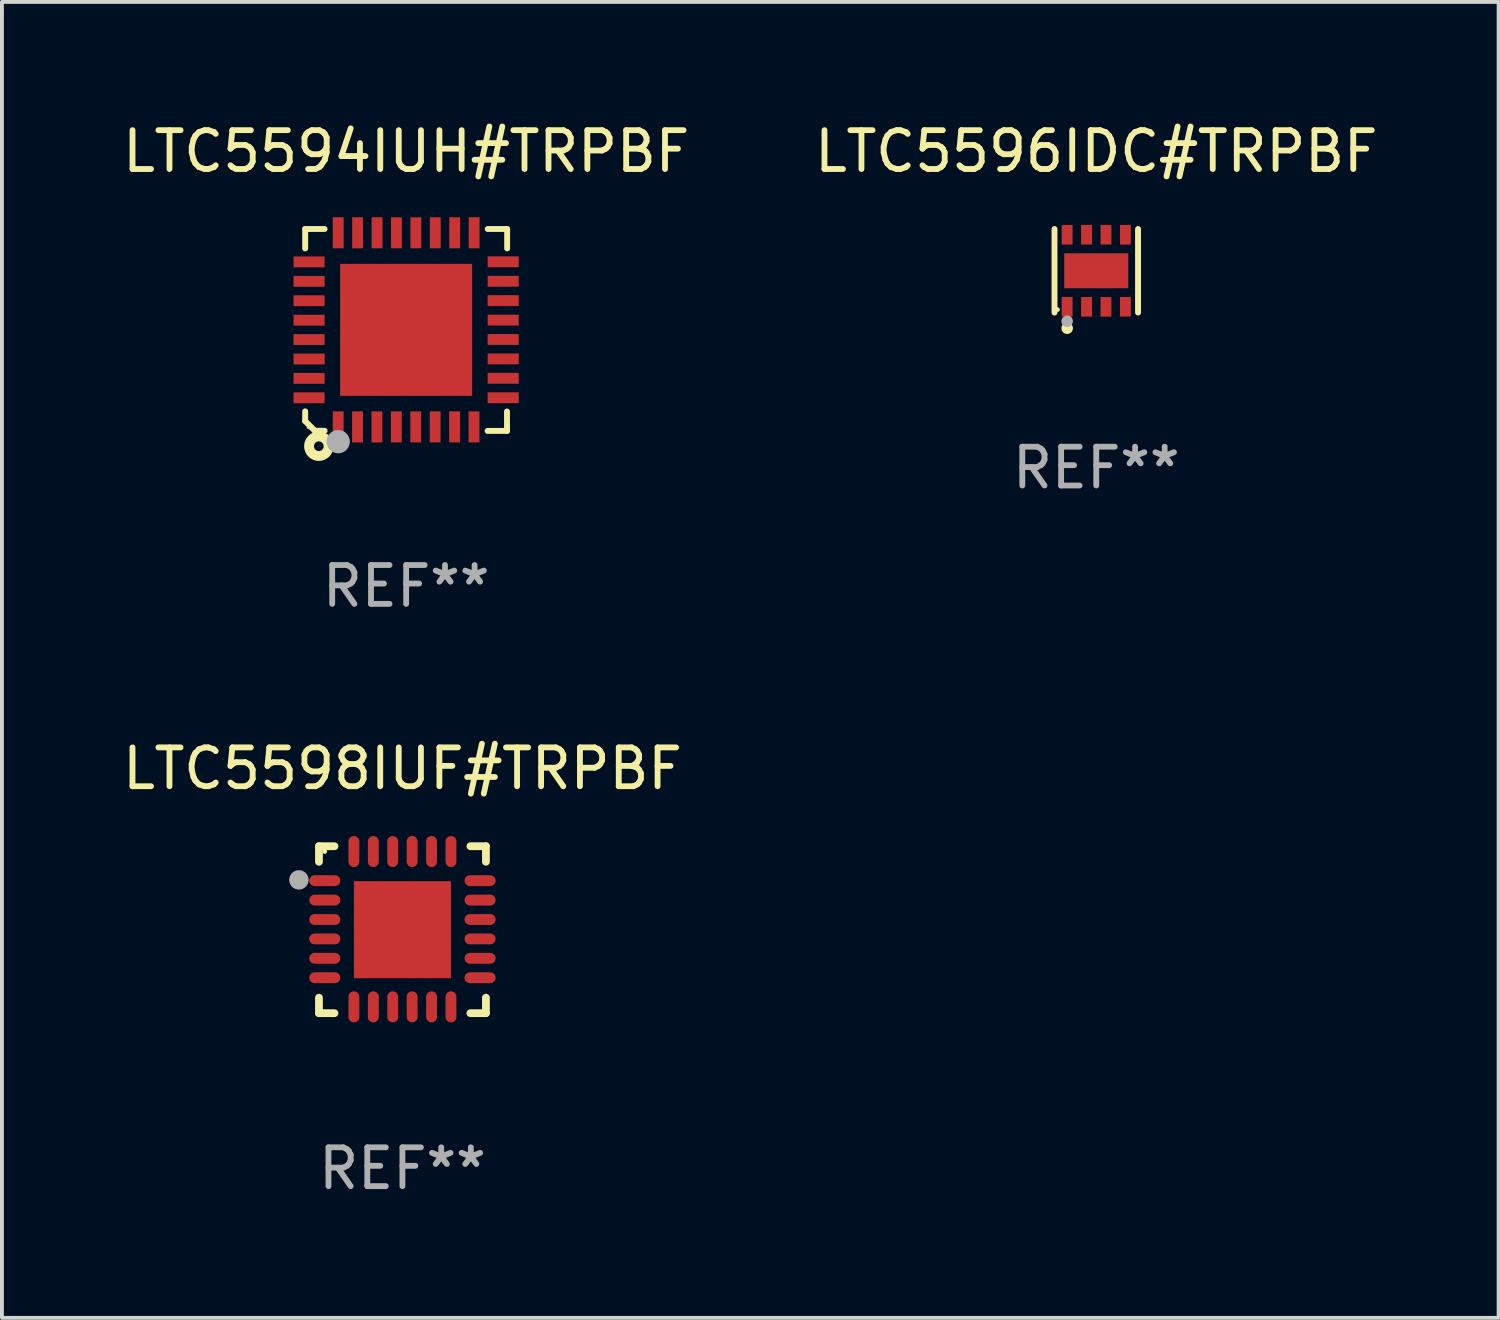
<source format=kicad_pcb>
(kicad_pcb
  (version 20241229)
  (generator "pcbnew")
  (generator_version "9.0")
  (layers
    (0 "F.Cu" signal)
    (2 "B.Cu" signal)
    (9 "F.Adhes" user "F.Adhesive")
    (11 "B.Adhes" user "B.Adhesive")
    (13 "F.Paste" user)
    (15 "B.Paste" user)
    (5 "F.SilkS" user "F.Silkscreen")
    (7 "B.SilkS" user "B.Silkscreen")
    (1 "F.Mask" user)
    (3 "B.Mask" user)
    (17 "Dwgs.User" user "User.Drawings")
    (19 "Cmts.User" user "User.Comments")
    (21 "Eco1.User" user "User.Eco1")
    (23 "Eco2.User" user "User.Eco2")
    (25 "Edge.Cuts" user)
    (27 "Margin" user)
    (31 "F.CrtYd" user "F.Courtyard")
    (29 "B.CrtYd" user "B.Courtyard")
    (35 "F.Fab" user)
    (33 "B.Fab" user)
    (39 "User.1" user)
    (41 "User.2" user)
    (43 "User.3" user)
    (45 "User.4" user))
  (footprint "LTC5594IUH#TRPBF"
    (layer "F.Cu")
    (at 7.411 5.448)
    (property "Reference" "LTC5594IUH#TRPBF" (at 0 -4.6 0) (layer "F.SilkS") (effects (font (size 1 1) (thickness 0.15))))
    (attr through_hole)
    (fp_line (start -2.601 2.097) (end -2.601 2.347) (stroke (width 0.152) (type solid)) (layer "F.SilkS"))
    (fp_line (start -2.601 2.347) (end -2.351 2.597) (stroke (width 0.152) (type solid)) (layer "F.SilkS"))
    (fp_line (start -2.601 -2.6) (end -2.601 -2.1) (stroke (width 0.152) (type solid)) (layer "F.SilkS"))
    (fp_line (start -2.601 -2.6) (end -2.101 -2.6) (stroke (width 0.152) (type solid)) (layer "F.SilkS"))
    (fp_line (start -2.351 2.597) (end -2.101 2.597) (stroke (width 0.152) (type solid)) (layer "F.SilkS"))
    (fp_line (start 2.597 2.6) (end 2.097 2.6) (stroke (width 0.152) (type solid)) (layer "F.SilkS"))
    (fp_line (start 2.597 2.6) (end 2.597 2.1) (stroke (width 0.152) (type solid)) (layer "F.SilkS"))
    (fp_line (start 2.601 -2.6) (end 2.101 -2.6) (stroke (width 0.152) (type solid)) (layer "F.SilkS"))
    (fp_line (start 2.601 -2.6) (end 2.601 -2.1) (stroke (width 0.152) (type solid)) (layer "F.SilkS"))
    (fp_circle (center -2.501 2.497) (end -2.471 2.497) (stroke (width 0.06) (type solid)) (fill no) (layer "F.SilkS"))
    (fp_circle (center -2.25 2.995) (end -2.125 2.995) (stroke (width 0.254) (type solid)) (fill no) (layer "F.SilkS"))
    (fp_circle (center -1.751 2.878) (end -1.601 2.878) (stroke (width 0.3) (type solid)) (fill no) (layer "F.Fab"))
    (fp_text user "REF**" (at 0 6.6 0) (layer "F.Fab") (effects (font (size 1 1) (thickness 0.15))))
    (pad "1" smd rect (at -1.751 2.497) (size 0.28 0.8) (layers "F.Cu" "F.Mask" "F.Paste"))
    (pad "2" smd rect (at -1.253 2.497) (size 0.28 0.8) (layers "F.Cu" "F.Mask" "F.Paste"))
    (pad "3" smd rect (at -0.753 2.497) (size 0.28 0.8) (layers "F.Cu" "F.Mask" "F.Paste"))
    (pad "4" smd rect (at -0.253 2.497) (size 0.28 0.8) (layers "F.Cu" "F.Mask" "F.Paste"))
    (pad "5" smd rect (at 0.247 2.497) (size 0.28 0.8) (layers "F.Cu" "F.Mask" "F.Paste"))
    (pad "6" smd rect (at 0.747 2.497) (size 0.28 0.8) (layers "F.Cu" "F.Mask" "F.Paste"))
    (pad "7" smd rect (at 1.247 2.497) (size 0.28 0.8) (layers "F.Cu" "F.Mask" "F.Paste"))
    (pad "8" smd rect (at 1.747 2.497) (size 0.28 0.8) (layers "F.Cu" "F.Mask" "F.Paste"))
    (pad "9" smd rect (at 2.499 1.746) (size 0.8 0.28) (layers "F.Cu" "F.Mask" "F.Paste"))
    (pad "10" smd rect (at 2.499 1.245) (size 0.8 0.28) (layers "F.Cu" "F.Mask" "F.Paste"))
    (pad "11" smd rect (at 2.499 0.746) (size 0.8 0.28) (layers "F.Cu" "F.Mask" "F.Paste"))
    (pad "12" smd rect (at 2.499 0.245) (size 0.8 0.28) (layers "F.Cu" "F.Mask" "F.Paste"))
    (pad "13" smd rect (at 2.499 -0.254) (size 0.8 0.28) (layers "F.Cu" "F.Mask" "F.Paste"))
    (pad "14" smd rect (at 2.499 -0.755) (size 0.8 0.28) (layers "F.Cu" "F.Mask" "F.Paste"))
    (pad "15" smd rect (at 2.499 -1.254) (size 0.8 0.28) (layers "F.Cu" "F.Mask" "F.Paste"))
    (pad "16" smd rect (at 2.499 -1.755) (size 0.8 0.28) (layers "F.Cu" "F.Mask" "F.Paste"))
    (pad "17" smd rect (at 1.75 -2.502) (size 0.28 0.8) (layers "F.Cu" "F.Mask" "F.Paste"))
    (pad "18" smd rect (at 1.25 -2.502) (size 0.28 0.8) (layers "F.Cu" "F.Mask" "F.Paste"))
    (pad "19" smd rect (at 0.75 -2.502) (size 0.28 0.8) (layers "F.Cu" "F.Mask" "F.Paste"))
    (pad "20" smd rect (at 0.25 -2.502) (size 0.28 0.8) (layers "F.Cu" "F.Mask" "F.Paste"))
    (pad "21" smd rect (at -0.25 -2.502) (size 0.28 0.8) (layers "F.Cu" "F.Mask" "F.Paste"))
    (pad "22" smd rect (at -0.75 -2.502) (size 0.28 0.8) (layers "F.Cu" "F.Mask" "F.Paste"))
    (pad "23" smd rect (at -1.25 -2.502) (size 0.28 0.8) (layers "F.Cu" "F.Mask" "F.Paste"))
    (pad "24" smd rect (at -1.75 -2.502) (size 0.28 0.8) (layers "F.Cu" "F.Mask" "F.Paste"))
    (pad "25" smd rect (at -2.501 -1.753) (size 0.8 0.28) (layers "F.Cu" "F.Mask" "F.Paste"))
    (pad "26" smd rect (at -2.501 -1.252) (size 0.8 0.28) (layers "F.Cu" "F.Mask" "F.Paste"))
    (pad "27" smd rect (at -2.501 -0.753) (size 0.8 0.28) (layers "F.Cu" "F.Mask" "F.Paste"))
    (pad "28" smd rect (at -2.501 -0.252) (size 0.8 0.28) (layers "F.Cu" "F.Mask" "F.Paste"))
    (pad "29" smd rect (at -2.501 0.247) (size 0.8 0.28) (layers "F.Cu" "F.Mask" "F.Paste"))
    (pad "30" smd rect (at -2.501 0.748) (size 0.8 0.28) (layers "F.Cu" "F.Mask" "F.Paste"))
    (pad "31" smd rect (at -2.501 1.247) (size 0.8 0.28) (layers "F.Cu" "F.Mask" "F.Paste"))
    (pad "32" smd rect (at -2.501 1.748) (size 0.8 0.28) (layers "F.Cu" "F.Mask" "F.Paste"))
    (pad "33" smd rect (at -0.001 -0.003 180) (size 3.4 3.4) (layers "F.Cu" "F.Mask" "F.Paste")))
  (footprint "LTC5598IUF#TRPBF"
    (layer "F.Cu")
    (at 7.315 20.895)
    (property "Reference" "LTC5598IUF#TRPBF" (at 0 -4.15 0) (layer "F.SilkS") (effects (font (size 1 1) (thickness 0.15))))
    (attr through_hole)
    (fp_line (start -2.15 -2.15) (end -1.75 -2.15) (stroke (width 0.2) (type solid)) (layer "F.SilkS"))
    (fp_line (start -2.15 -1.75) (end -2.15 -2.15) (stroke (width 0.2) (type solid)) (layer "F.SilkS"))
    (fp_line (start -2.15 2.15) (end -2.15 1.75) (stroke (width 0.2) (type solid)) (layer "F.SilkS"))
    (fp_line (start -1.75 2.15) (end -2.15 2.15) (stroke (width 0.2) (type solid)) (layer "F.SilkS"))
    (fp_line (start 1.75 -2.15) (end 2.15 -2.15) (stroke (width 0.2) (type solid)) (layer "F.SilkS"))
    (fp_line (start 1.75 2.15) (end 2.15 2.15) (stroke (width 0.2) (type solid)) (layer "F.SilkS"))
    (fp_line (start 2.15 -2.15) (end 2.15 -1.75) (stroke (width 0.2) (type solid)) (layer "F.SilkS"))
    (fp_line (start 2.15 2.15) (end 2.15 1.75) (stroke (width 0.2) (type solid)) (layer "F.SilkS"))
    (fp_circle (center -2 -2.013) (end -1.97 -2.013) (stroke (width 0.06) (type solid)) (fill no) (layer "F.SilkS"))
    (fp_circle (center -2.667 -1.283) (end -2.542 -1.283) (stroke (width 0.25) (type solid)) (fill no) (layer "F.Fab"))
    (fp_text user "REF**" (at 0 6.15 0) (layer "F.Fab") (effects (font (size 1 1) (thickness 0.15))))
    (pad "1" smd oval (at -2 -1.263) (size 0.8 0.28) (layers "F.Cu" "F.Mask" "F.Paste"))
    (pad "2" smd oval (at -2 -0.763) (size 0.8 0.28) (layers "F.Cu" "F.Mask" "F.Paste"))
    (pad "3" smd oval (at -2 -0.263) (size 0.8 0.28) (layers "F.Cu" "F.Mask" "F.Paste"))
    (pad "4" smd oval (at -2 0.237) (size 0.8 0.28) (layers "F.Cu" "F.Mask" "F.Paste"))
    (pad "5" smd oval (at -2 0.737) (size 0.8 0.28) (layers "F.Cu" "F.Mask" "F.Paste"))
    (pad "6" smd oval (at -2 1.237) (size 0.8 0.28) (layers "F.Cu" "F.Mask" "F.Paste"))
    (pad "7" smd oval (at -1.25 1.987) (size 0.28 0.8) (layers "F.Cu" "F.Mask" "F.Paste"))
    (pad "8" smd oval (at -0.75 1.987) (size 0.28 0.8) (layers "F.Cu" "F.Mask" "F.Paste"))
    (pad "9" smd oval (at -0.25 1.987) (size 0.28 0.8) (layers "F.Cu" "F.Mask" "F.Paste"))
    (pad "10" smd oval (at 0.25 1.987) (size 0.28 0.8) (layers "F.Cu" "F.Mask" "F.Paste"))
    (pad "11" smd oval (at 0.75 1.987) (size 0.28 0.8) (layers "F.Cu" "F.Mask" "F.Paste"))
    (pad "12" smd oval (at 1.25 1.987) (size 0.28 0.8) (layers "F.Cu" "F.Mask" "F.Paste"))
    (pad "13" smd oval (at 2 1.237) (size 0.8 0.28) (layers "F.Cu" "F.Mask" "F.Paste"))
    (pad "14" smd oval (at 2 0.737) (size 0.8 0.28) (layers "F.Cu" "F.Mask" "F.Paste"))
    (pad "15" smd oval (at 2 0.237) (size 0.8 0.28) (layers "F.Cu" "F.Mask" "F.Paste"))
    (pad "16" smd oval (at 2 -0.263) (size 0.8 0.28) (layers "F.Cu" "F.Mask" "F.Paste"))
    (pad "17" smd oval (at 2 -0.763) (size 0.8 0.28) (layers "F.Cu" "F.Mask" "F.Paste"))
    (pad "18" smd oval (at 2 -1.263) (size 0.8 0.28) (layers "F.Cu" "F.Mask" "F.Paste"))
    (pad "19" smd oval (at 1.25 -2.013) (size 0.28 0.8) (layers "F.Cu" "F.Mask" "F.Paste"))
    (pad "20" smd oval (at 0.75 -2.013) (size 0.28 0.8) (layers "F.Cu" "F.Mask" "F.Paste"))
    (pad "21" smd oval (at 0.25 -2.013) (size 0.28 0.8) (layers "F.Cu" "F.Mask" "F.Paste"))
    (pad "22" smd oval (at -0.25 -2.013) (size 0.28 0.8) (layers "F.Cu" "F.Mask" "F.Paste"))
    (pad "23" smd oval (at -0.75 -2.013) (size 0.28 0.8) (layers "F.Cu" "F.Mask" "F.Paste"))
    (pad "24" smd oval (at -1.25 -2.013) (size 0.28 0.8) (layers "F.Cu" "F.Mask" "F.Paste"))
    (pad "25" smd rect (at -0.000127 -0.00014) (size 2.5 2.5) (layers "F.Cu" "F.Mask" "F.Paste")))
  (footprint "LTC5596IDC#TRPBF"
    (layer "F.Cu")
    (at 25.185 3.924)
    (property "Reference" "LTC5596IDC#TRPBF" (at 0 -3.076 0) (layer "F.SilkS") (effects (font (size 1 1) (thickness 0.15))))
    (attr through_hole)
    (fp_line (start -1.076 1.076) (end -1.076 -1.076) (stroke (width 0.152) (type solid)) (layer "F.SilkS"))
    (fp_line (start 1.076 1.076) (end 1.076 -1.076) (stroke (width 0.152) (type solid)) (layer "F.SilkS"))
    (fp_circle (center -1 1) (end -0.97 1) (stroke (width 0.06) (type solid)) (fill no) (layer "F.SilkS"))
    (fp_circle (center -0.75 1.48) (end -0.675 1.48) (stroke (width 0.15) (type solid)) (fill no) (layer "F.SilkS"))
    (fp_circle (center -0.75 1.3) (end -0.675 1.3) (stroke (width 0.15) (type solid)) (fill no) (layer "F.Fab"))
    (fp_text user "REF**" (at 0 5.076 0) (layer "F.Fab") (effects (font (size 1 1) (thickness 0.15))))
    (pad "1" smd rect (at -0.75 0.928) (size 0.28 0.505) (layers "F.Cu" "F.Mask" "F.Paste"))
    (pad "2" smd rect (at -0.25 0.928) (size 0.28 0.505) (layers "F.Cu" "F.Mask" "F.Paste"))
    (pad "3" smd rect (at 0.25 0.928) (size 0.28 0.505) (layers "F.Cu" "F.Mask" "F.Paste"))
    (pad "4" smd rect (at 0.75 0.928) (size 0.28 0.505) (layers "F.Cu" "F.Mask" "F.Paste"))
    (pad "5" smd rect (at 0.75 -0.928) (size 0.28 0.505) (layers "F.Cu" "F.Mask" "F.Paste"))
    (pad "6" smd rect (at 0.25 -0.928) (size 0.28 0.505) (layers "F.Cu" "F.Mask" "F.Paste"))
    (pad "7" smd rect (at -0.25 -0.928) (size 0.28 0.505) (layers "F.Cu" "F.Mask" "F.Paste"))
    (pad "8" smd rect (at -0.75 -0.928) (size 0.28 0.505) (layers "F.Cu" "F.Mask" "F.Paste"))
    (pad "9" smd rect (at 0 0) (size 1.65 0.9) (layers "F.Cu" "F.Mask" "F.Paste")))
  (gr_rect
    (start -3 -3)
    (end 35.548 30.893)
    (stroke (width 0.1) (type default))
    (fill no)
    (layer "Edge.Cuts")))
</source>
